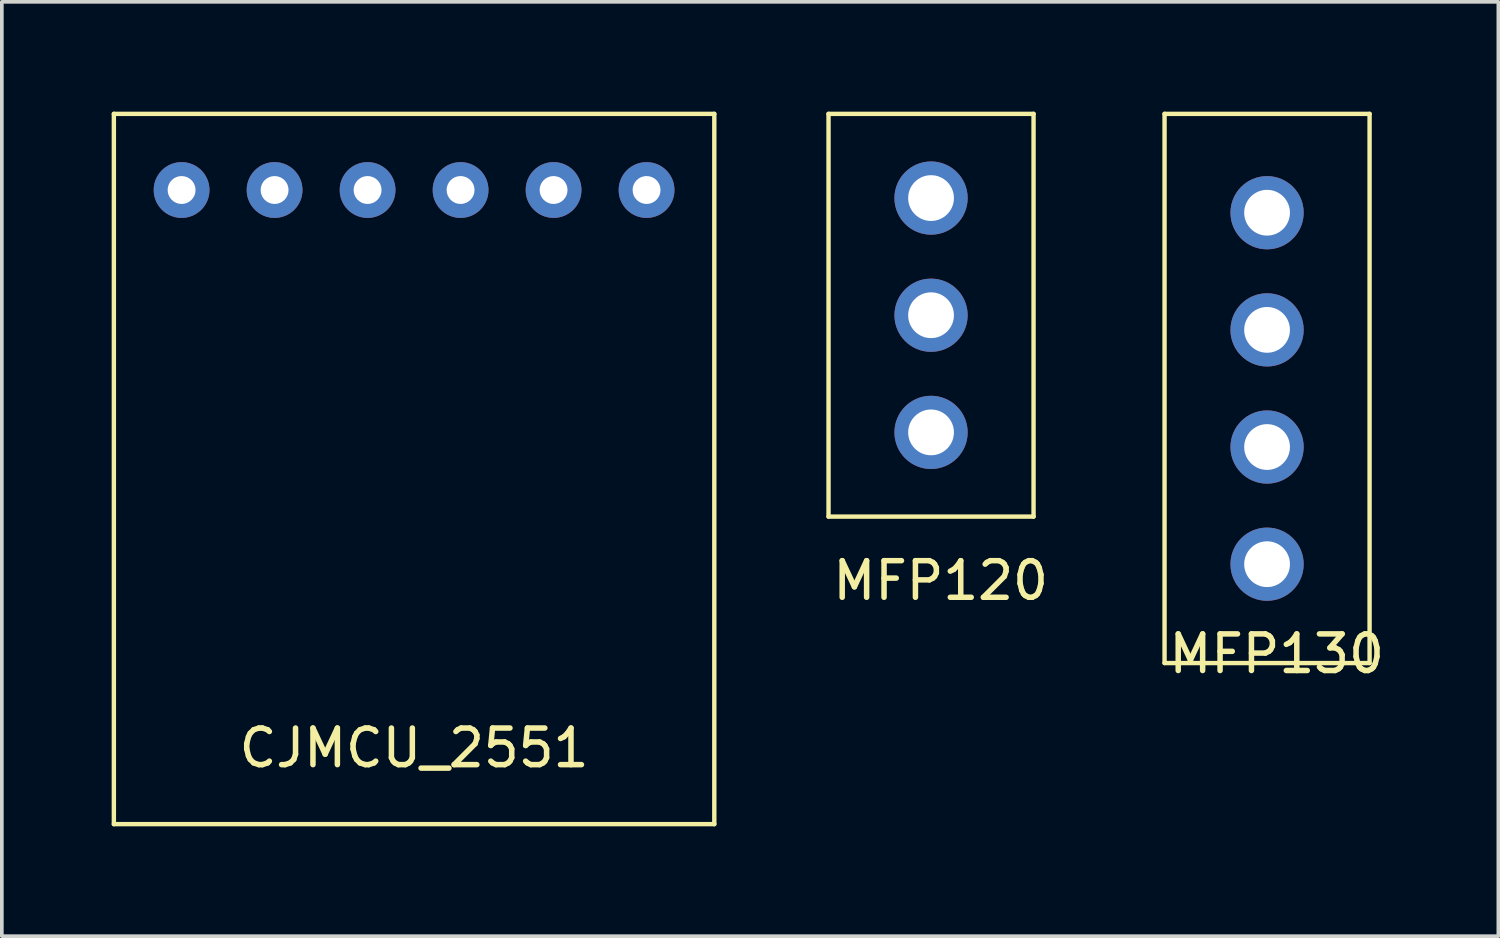
<source format=kicad_pcb>
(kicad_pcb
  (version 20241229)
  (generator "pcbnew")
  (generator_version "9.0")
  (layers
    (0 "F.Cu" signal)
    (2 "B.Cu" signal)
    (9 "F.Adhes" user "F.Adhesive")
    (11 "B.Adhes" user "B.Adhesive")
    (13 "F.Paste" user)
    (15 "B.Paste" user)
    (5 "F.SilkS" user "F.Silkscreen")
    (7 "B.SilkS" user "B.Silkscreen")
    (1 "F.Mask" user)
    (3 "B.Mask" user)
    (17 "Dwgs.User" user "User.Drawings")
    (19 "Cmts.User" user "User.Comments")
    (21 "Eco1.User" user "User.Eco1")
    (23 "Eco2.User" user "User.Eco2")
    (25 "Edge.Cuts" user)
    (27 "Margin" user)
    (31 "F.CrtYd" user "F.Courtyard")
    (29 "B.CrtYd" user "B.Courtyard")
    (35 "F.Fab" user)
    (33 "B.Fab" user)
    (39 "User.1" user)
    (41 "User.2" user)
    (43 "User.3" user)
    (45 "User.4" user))
  (footprint "MFP120"
    (layer "F.Cu")
    (at 22.38 5.56)
    (property "Reference" "MFP120" (at 0.264 7.249 0) (layer "F.SilkS") (effects (font (size 1 1) (thickness 0.15))))
    (attr through_hole)
    (fp_line (start -2.8 -5.5) (end -2.8 5.5) (stroke (width 0.12) (type solid)) (layer "F.SilkS"))
    (fp_line (start -2.8 -5.5) (end 2.8 -5.5) (stroke (width 0.12) (type solid)) (layer "F.SilkS"))
    (fp_line (start -2.8 5.5) (end 2.8 5.5) (stroke (width 0.12) (type solid)) (layer "F.SilkS"))
    (fp_line (start 2.8 -5.5) (end 2.8 5.5) (stroke (width 0.12) (type solid)) (layer "F.SilkS"))
    (pad "1" thru_hole circle (at 0 -3.2) (size 2 2) (drill 1.25) (layers "*.Cu" "*.Mask"))
    (pad "2" thru_hole circle (at 0 0) (size 2 2) (drill 1.25) (layers "*.Cu" "*.Mask"))
    (pad "3" thru_hole circle (at 0 3.2) (size 2 2) (drill 1.25) (layers "*.Cu" "*.Mask")))
  (footprint "MFP130"
    (layer "F.Cu")
    (at 31.558 7.56)
    (property "Reference" "MFP130" (at 0.264 7.249 0) (layer "F.SilkS") (effects (font (size 1 1) (thickness 0.15))))
    (attr through_hole)
    (fp_line (start -2.8 -7.5) (end -2.8 7.5) (stroke (width 0.12) (type solid)) (layer "F.SilkS"))
    (fp_line (start -2.8 -7.5) (end 2.8 -7.5) (stroke (width 0.12) (type solid)) (layer "F.SilkS"))
    (fp_line (start -2.8 7.5) (end 2.8 7.5) (stroke (width 0.12) (type solid)) (layer "F.SilkS"))
    (fp_line (start 2.8 -7.5) (end 2.8 7.5) (stroke (width 0.12) (type solid)) (layer "F.SilkS"))
    (pad "1" thru_hole circle (at 0 -4.8) (size 2 2) (drill 1.25) (layers "*.Cu" "*.Mask"))
    (pad "2" thru_hole circle (at 0 -1.6) (size 2 2) (drill 1.25) (layers "*.Cu" "*.Mask"))
    (pad "3" thru_hole circle (at 0 4.8) (size 2 2) (drill 1.25) (layers "*.Cu" "*.Mask"))
    (pad "4" thru_hole circle (at 0 1.6) (size 2 2) (drill 1.25) (layers "*.Cu" "*.Mask")))
  (footprint "CJMCU_2551"
    (layer "F.Cu")
    (at 8.26 9.76)
    (property "Reference" "CJMCU_2551" (at 0 7.62 0) (layer "F.SilkS") (effects (font (size 1 1) (thickness 0.15))))
    (attr through_hole)
    (fp_line (start -8.2 -9.7) (end -8.2 9.7) (stroke (width 0.12) (type solid)) (layer "F.SilkS"))
    (fp_line (start -8.2 -9.7) (end 8.2 -9.7) (stroke (width 0.12) (type solid)) (layer "F.SilkS"))
    (fp_line (start -8.2 9.7) (end 8.2 9.7) (stroke (width 0.12) (type solid)) (layer "F.SilkS"))
    (fp_line (start 8.2 -9.7) (end 8.2 9.7) (stroke (width 0.12) (type solid)) (layer "F.SilkS"))
    (pad "1" thru_hole circle (at 6.35 -7.62) (size 1.524 1.524) (drill 0.762) (layers "*.Cu" "*.Mask"))
    (pad "2" thru_hole circle (at 3.81 -7.62) (size 1.524 1.524) (drill 0.762) (layers "*.Cu" "*.Mask"))
    (pad "3" thru_hole circle (at 1.27 -7.62) (size 1.524 1.524) (drill 0.762) (layers "*.Cu" "*.Mask"))
    (pad "4" thru_hole circle (at -1.27 -7.62) (size 1.524 1.524) (drill 0.762) (layers "*.Cu" "*.Mask"))
    (pad "5" thru_hole circle (at -3.81 -7.62) (size 1.524 1.524) (drill 0.762) (layers "*.Cu" "*.Mask"))
    (pad "6" thru_hole circle (at -6.35 -7.62) (size 1.524 1.524) (drill 0.762) (layers "*.Cu" "*.Mask")))
  (gr_rect
    (start -3 -3)
    (end 37.875 22.52)
    (stroke (width 0.1) (type default))
    (fill no)
    (layer "Edge.Cuts")))
</source>
